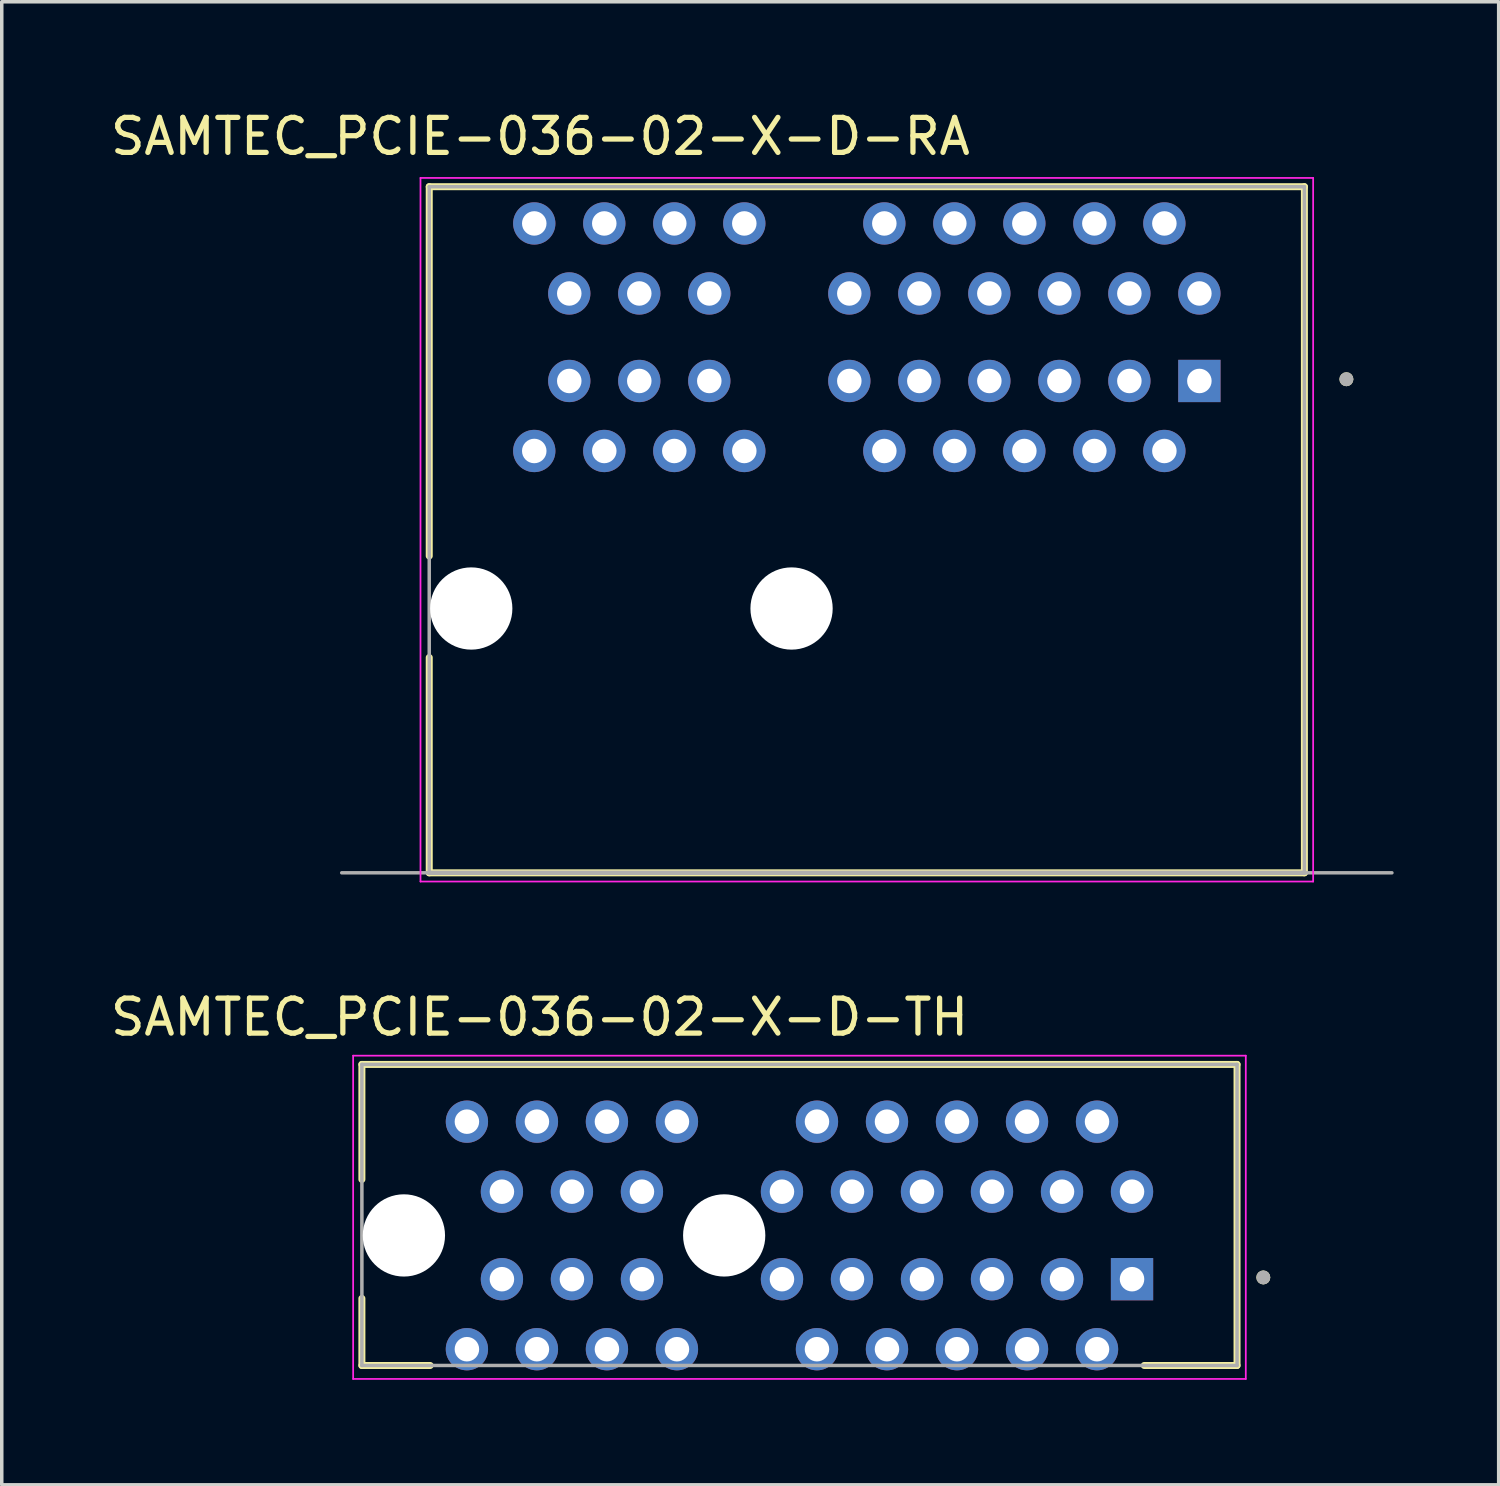
<source format=kicad_pcb>
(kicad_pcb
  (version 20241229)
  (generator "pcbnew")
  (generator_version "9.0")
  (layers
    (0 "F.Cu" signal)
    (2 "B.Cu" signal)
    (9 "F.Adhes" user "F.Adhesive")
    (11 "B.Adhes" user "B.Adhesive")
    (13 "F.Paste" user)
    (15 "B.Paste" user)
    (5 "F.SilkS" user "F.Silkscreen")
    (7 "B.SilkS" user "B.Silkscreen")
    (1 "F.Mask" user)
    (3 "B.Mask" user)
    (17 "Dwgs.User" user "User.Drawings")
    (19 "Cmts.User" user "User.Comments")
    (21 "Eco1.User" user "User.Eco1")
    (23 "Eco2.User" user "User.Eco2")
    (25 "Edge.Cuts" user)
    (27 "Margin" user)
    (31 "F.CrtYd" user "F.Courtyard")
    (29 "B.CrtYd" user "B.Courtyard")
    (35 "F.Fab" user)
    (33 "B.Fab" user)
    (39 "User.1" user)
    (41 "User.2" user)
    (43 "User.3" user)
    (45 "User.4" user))
  (footprint "SAMTEC_PCIE-036-02-X-D-RA"
    (layer "F.Cu")
    (at 21.712 12.083)
    (property "Reference" "SAMTEC_PCIE-036-02-X-D-RA" (at -9.325 -11.235 0) (layer "F.SilkS") (effects (font (size 1 1) (thickness 0.15))))
    (attr through_hole)
    (fp_line (start -12.5 -9.8) (end 12.5 -9.8) (stroke (width 0.2) (type solid)) (layer "F.SilkS"))
    (fp_line (start -12.5 0.75) (end -12.5 -9.8) (stroke (width 0.2) (type solid)) (layer "F.SilkS"))
    (fp_line (start -12.5 9.8) (end -12.5 3.65) (stroke (width 0.2) (type solid)) (layer "F.SilkS"))
    (fp_line (start 12.5 -9.8) (end 12.5 9.8) (stroke (width 0.2) (type solid)) (layer "F.SilkS"))
    (fp_line (start 12.5 9.8) (end -12.5 9.8) (stroke (width 0.2) (type solid)) (layer "F.SilkS"))
    (fp_circle (center 13.7 -4.3) (end 13.8 -4.3) (stroke (width 0.2) (type solid)) (fill no) (layer "F.SilkS"))
    (fp_line (start -12.75 -10.05) (end 12.75 -10.05) (stroke (width 0.05) (type solid)) (layer "F.CrtYd"))
    (fp_line (start -12.75 10.05) (end -12.75 -10.05) (stroke (width 0.05) (type solid)) (layer "F.CrtYd"))
    (fp_line (start 12.75 -10.05) (end 12.75 10.05) (stroke (width 0.05) (type solid)) (layer "F.CrtYd"))
    (fp_line (start 12.75 10.05) (end -12.75 10.05) (stroke (width 0.05) (type solid)) (layer "F.CrtYd"))
    (fp_line (start -15 9.8) (end 15 9.8) (stroke (width 0.1) (type solid)) (layer "F.Fab"))
    (fp_line (start -12.5 -9.8) (end 12.5 -9.8) (stroke (width 0.1) (type solid)) (layer "F.Fab"))
    (fp_line (start -12.5 9.8) (end -12.5 -9.8) (stroke (width 0.1) (type solid)) (layer "F.Fab"))
    (fp_line (start 12.5 -9.8) (end 12.5 9.8) (stroke (width 0.1) (type solid)) (layer "F.Fab"))
    (fp_line (start 12.5 9.8) (end -12.5 9.8) (stroke (width 0.127) (type solid)) (layer "F.Fab"))
    (fp_circle (center 13.7 -4.3) (end 13.8 -4.3) (stroke (width 0.2) (type solid)) (fill no) (layer "F.Fab"))
    (pad "" np_thru_hole circle (at -11.3 2.25) (size 2.35 2.35) (drill 2.35) (layers "*.Cu" "*.Mask"))
    (pad "" np_thru_hole circle (at -2.15 2.25) (size 2.35 2.35) (drill 2.35) (layers "*.Cu" "*.Mask"))
    (pad "A01" thru_hole rect (at 9.5 -4.25) (size 1.208 1.208) (drill 0.7) (layers "*.Cu" "*.Mask"))
    (pad "A02" thru_hole circle (at 8.5 -2.25) (size 1.208 1.208) (drill 0.7) (layers "*.Cu" "*.Mask"))
    (pad "A03" thru_hole circle (at 7.5 -4.25) (size 1.208 1.208) (drill 0.7) (layers "*.Cu" "*.Mask"))
    (pad "A04" thru_hole circle (at 6.5 -2.25) (size 1.208 1.208) (drill 0.7) (layers "*.Cu" "*.Mask"))
    (pad "A05" thru_hole circle (at 5.5 -4.25) (size 1.208 1.208) (drill 0.7) (layers "*.Cu" "*.Mask"))
    (pad "A06" thru_hole circle (at 4.5 -2.25) (size 1.208 1.208) (drill 0.7) (layers "*.Cu" "*.Mask"))
    (pad "A07" thru_hole circle (at 3.5 -4.25) (size 1.208 1.208) (drill 0.7) (layers "*.Cu" "*.Mask"))
    (pad "A08" thru_hole circle (at 2.5 -2.25) (size 1.208 1.208) (drill 0.7) (layers "*.Cu" "*.Mask"))
    (pad "A09" thru_hole circle (at 1.5 -4.25) (size 1.208 1.208) (drill 0.7) (layers "*.Cu" "*.Mask"))
    (pad "A10" thru_hole circle (at 0.5 -2.25) (size 1.208 1.208) (drill 0.7) (layers "*.Cu" "*.Mask"))
    (pad "A11" thru_hole circle (at -0.5 -4.25) (size 1.208 1.208) (drill 0.7) (layers "*.Cu" "*.Mask"))
    (pad "A12" thru_hole circle (at -3.5 -2.25) (size 1.208 1.208) (drill 0.7) (layers "*.Cu" "*.Mask"))
    (pad "A13" thru_hole circle (at -4.5 -4.25) (size 1.208 1.208) (drill 0.7) (layers "*.Cu" "*.Mask"))
    (pad "A14" thru_hole circle (at -5.5 -2.25) (size 1.208 1.208) (drill 0.7) (layers "*.Cu" "*.Mask"))
    (pad "A15" thru_hole circle (at -6.5 -4.25) (size 1.208 1.208) (drill 0.7) (layers "*.Cu" "*.Mask"))
    (pad "A16" thru_hole circle (at -7.5 -2.25) (size 1.208 1.208) (drill 0.7) (layers "*.Cu" "*.Mask"))
    (pad "A17" thru_hole circle (at -8.5 -4.25) (size 1.208 1.208) (drill 0.7) (layers "*.Cu" "*.Mask"))
    (pad "A18" thru_hole circle (at -9.5 -2.25) (size 1.208 1.208) (drill 0.7) (layers "*.Cu" "*.Mask"))
    (pad "B01" thru_hole circle (at 9.5 -6.75) (size 1.208 1.208) (drill 0.7) (layers "*.Cu" "*.Mask"))
    (pad "B02" thru_hole circle (at 8.5 -8.75) (size 1.208 1.208) (drill 0.7) (layers "*.Cu" "*.Mask"))
    (pad "B03" thru_hole circle (at 7.5 -6.75) (size 1.208 1.208) (drill 0.7) (layers "*.Cu" "*.Mask"))
    (pad "B04" thru_hole circle (at 6.5 -8.75) (size 1.208 1.208) (drill 0.7) (layers "*.Cu" "*.Mask"))
    (pad "B05" thru_hole circle (at 5.5 -6.75) (size 1.208 1.208) (drill 0.7) (layers "*.Cu" "*.Mask"))
    (pad "B06" thru_hole circle (at 4.5 -8.75) (size 1.208 1.208) (drill 0.7) (layers "*.Cu" "*.Mask"))
    (pad "B07" thru_hole circle (at 3.5 -6.75) (size 1.208 1.208) (drill 0.7) (layers "*.Cu" "*.Mask"))
    (pad "B08" thru_hole circle (at 2.5 -8.75) (size 1.208 1.208) (drill 0.7) (layers "*.Cu" "*.Mask"))
    (pad "B09" thru_hole circle (at 1.5 -6.75) (size 1.208 1.208) (drill 0.7) (layers "*.Cu" "*.Mask"))
    (pad "B10" thru_hole circle (at 0.5 -8.75) (size 1.208 1.208) (drill 0.7) (layers "*.Cu" "*.Mask"))
    (pad "B11" thru_hole circle (at -0.5 -6.75) (size 1.208 1.208) (drill 0.7) (layers "*.Cu" "*.Mask"))
    (pad "B12" thru_hole circle (at -3.5 -8.75) (size 1.208 1.208) (drill 0.7) (layers "*.Cu" "*.Mask"))
    (pad "B13" thru_hole circle (at -4.5 -6.75) (size 1.208 1.208) (drill 0.7) (layers "*.Cu" "*.Mask"))
    (pad "B14" thru_hole circle (at -5.5 -8.75) (size 1.208 1.208) (drill 0.7) (layers "*.Cu" "*.Mask"))
    (pad "B15" thru_hole circle (at -6.5 -6.75) (size 1.208 1.208) (drill 0.7) (layers "*.Cu" "*.Mask"))
    (pad "B16" thru_hole circle (at -7.5 -8.75) (size 1.208 1.208) (drill 0.7) (layers "*.Cu" "*.Mask"))
    (pad "B17" thru_hole circle (at -8.5 -6.75) (size 1.208 1.208) (drill 0.7) (layers "*.Cu" "*.Mask"))
    (pad "B18" thru_hole circle (at -9.5 -8.75) (size 1.208 1.208) (drill 0.7) (layers "*.Cu" "*.Mask")))
  (footprint "SAMTEC_PCIE-036-02-X-D-TH"
    (layer "F.Cu")
    (at 19.788 31.657)
    (property "Reference" "SAMTEC_PCIE-036-02-X-D-TH" (at -7.425 -5.65 0) (layer "F.SilkS") (effects (font (size 1 1) (thickness 0.15))))
    (attr through_hole)
    (fp_line (start -12.5 -4.3) (end 12.5 -4.3) (stroke (width 0.2) (type solid)) (layer "F.SilkS"))
    (fp_line (start -12.5 -1.015) (end -12.5 -4.3) (stroke (width 0.2) (type solid)) (layer "F.SilkS"))
    (fp_line (start -12.5 4.3) (end -12.5 2.385) (stroke (width 0.2) (type solid)) (layer "F.SilkS"))
    (fp_line (start -10.55 4.3) (end -12.5 4.3) (stroke (width 0.2) (type solid)) (layer "F.SilkS"))
    (fp_line (start 12.5 -4.3) (end 12.5 4.3) (stroke (width 0.2) (type solid)) (layer "F.SilkS"))
    (fp_line (start 12.5 4.3) (end 9.85 4.3) (stroke (width 0.2) (type solid)) (layer "F.SilkS"))
    (fp_circle (center 13.25 1.785) (end 13.35 1.785) (stroke (width 0.2) (type solid)) (fill no) (layer "F.SilkS"))
    (fp_line (start -12.75 -4.55) (end 12.75 -4.55) (stroke (width 0.05) (type solid)) (layer "F.CrtYd"))
    (fp_line (start -12.75 4.685) (end -12.75 -4.55) (stroke (width 0.05) (type solid)) (layer "F.CrtYd"))
    (fp_line (start 12.75 -4.55) (end 12.75 4.685) (stroke (width 0.05) (type solid)) (layer "F.CrtYd"))
    (fp_line (start 12.75 4.685) (end -12.75 4.685) (stroke (width 0.05) (type solid)) (layer "F.CrtYd"))
    (fp_line (start -12.5 -4.3) (end 12.5 -4.3) (stroke (width 0.1) (type solid)) (layer "F.Fab"))
    (fp_line (start -12.5 4.3) (end -12.5 -4.3) (stroke (width 0.1) (type solid)) (layer "F.Fab"))
    (fp_line (start 12.5 -4.3) (end 12.5 4.3) (stroke (width 0.1) (type solid)) (layer "F.Fab"))
    (fp_line (start 12.5 4.3) (end -12.5 4.3) (stroke (width 0.1) (type solid)) (layer "F.Fab"))
    (fp_circle (center 13.25 1.785) (end 13.35 1.785) (stroke (width 0.2) (type solid)) (fill no) (layer "F.Fab"))
    (pad "" np_thru_hole circle (at -11.3 0.585) (size 2.35 2.35) (drill 2.35) (layers "*.Cu" "*.Mask"))
    (pad "" np_thru_hole circle (at -2.15 0.585) (size 2.35 2.35) (drill 2.35) (layers "*.Cu" "*.Mask"))
    (pad "A1" thru_hole rect (at 9.5 1.835) (size 1.208 1.208) (drill 0.7) (layers "*.Cu" "*.Mask"))
    (pad "A2" thru_hole circle (at 8.5 3.835) (size 1.208 1.208) (drill 0.7) (layers "*.Cu" "*.Mask"))
    (pad "A3" thru_hole circle (at 7.5 1.835) (size 1.208 1.208) (drill 0.7) (layers "*.Cu" "*.Mask"))
    (pad "A4" thru_hole circle (at 6.5 3.835) (size 1.208 1.208) (drill 0.7) (layers "*.Cu" "*.Mask"))
    (pad "A5" thru_hole circle (at 5.5 1.835) (size 1.208 1.208) (drill 0.7) (layers "*.Cu" "*.Mask"))
    (pad "A6" thru_hole circle (at 4.5 3.835) (size 1.208 1.208) (drill 0.7) (layers "*.Cu" "*.Mask"))
    (pad "A7" thru_hole circle (at 3.5 1.835) (size 1.208 1.208) (drill 0.7) (layers "*.Cu" "*.Mask"))
    (pad "A8" thru_hole circle (at 2.5 3.835) (size 1.208 1.208) (drill 0.7) (layers "*.Cu" "*.Mask"))
    (pad "A9" thru_hole circle (at 1.5 1.835) (size 1.208 1.208) (drill 0.7) (layers "*.Cu" "*.Mask"))
    (pad "A10" thru_hole circle (at 0.5 3.835) (size 1.208 1.208) (drill 0.7) (layers "*.Cu" "*.Mask"))
    (pad "A11" thru_hole circle (at -0.5 1.835) (size 1.208 1.208) (drill 0.7) (layers "*.Cu" "*.Mask"))
    (pad "A12" thru_hole circle (at -3.5 3.835) (size 1.208 1.208) (drill 0.7) (layers "*.Cu" "*.Mask"))
    (pad "A13" thru_hole circle (at -4.5 1.835) (size 1.208 1.208) (drill 0.7) (layers "*.Cu" "*.Mask"))
    (pad "A14" thru_hole circle (at -5.5 3.835) (size 1.208 1.208) (drill 0.7) (layers "*.Cu" "*.Mask"))
    (pad "A15" thru_hole circle (at -6.5 1.835) (size 1.208 1.208) (drill 0.7) (layers "*.Cu" "*.Mask"))
    (pad "A16" thru_hole circle (at -7.5 3.835) (size 1.208 1.208) (drill 0.7) (layers "*.Cu" "*.Mask"))
    (pad "A17" thru_hole circle (at -8.5 1.835) (size 1.208 1.208) (drill 0.7) (layers "*.Cu" "*.Mask"))
    (pad "A18" thru_hole circle (at -9.5 3.835) (size 1.208 1.208) (drill 0.7) (layers "*.Cu" "*.Mask"))
    (pad "B1" thru_hole circle (at 9.5 -0.665) (size 1.208 1.208) (drill 0.7) (layers "*.Cu" "*.Mask"))
    (pad "B2" thru_hole circle (at 8.5 -2.665) (size 1.208 1.208) (drill 0.7) (layers "*.Cu" "*.Mask"))
    (pad "B3" thru_hole circle (at 7.5 -0.665) (size 1.208 1.208) (drill 0.7) (layers "*.Cu" "*.Mask"))
    (pad "B4" thru_hole circle (at 6.5 -2.665) (size 1.208 1.208) (drill 0.7) (layers "*.Cu" "*.Mask"))
    (pad "B5" thru_hole circle (at 5.5 -0.665) (size 1.208 1.208) (drill 0.7) (layers "*.Cu" "*.Mask"))
    (pad "B6" thru_hole circle (at 4.5 -2.665) (size 1.208 1.208) (drill 0.7) (layers "*.Cu" "*.Mask"))
    (pad "B7" thru_hole circle (at 3.5 -0.665) (size 1.208 1.208) (drill 0.7) (layers "*.Cu" "*.Mask"))
    (pad "B8" thru_hole circle (at 2.5 -2.665) (size 1.208 1.208) (drill 0.7) (layers "*.Cu" "*.Mask"))
    (pad "B9" thru_hole circle (at 1.5 -0.665) (size 1.208 1.208) (drill 0.7) (layers "*.Cu" "*.Mask"))
    (pad "B10" thru_hole circle (at 0.5 -2.665) (size 1.208 1.208) (drill 0.7) (layers "*.Cu" "*.Mask"))
    (pad "B11" thru_hole circle (at -0.5 -0.665) (size 1.208 1.208) (drill 0.7) (layers "*.Cu" "*.Mask"))
    (pad "B12" thru_hole circle (at -3.5 -2.665) (size 1.208 1.208) (drill 0.7) (layers "*.Cu" "*.Mask"))
    (pad "B13" thru_hole circle (at -4.5 -0.665) (size 1.208 1.208) (drill 0.7) (layers "*.Cu" "*.Mask"))
    (pad "B14" thru_hole circle (at -5.5 -2.665) (size 1.208 1.208) (drill 0.7) (layers "*.Cu" "*.Mask"))
    (pad "B15" thru_hole circle (at -6.5 -0.665) (size 1.208 1.208) (drill 0.7) (layers "*.Cu" "*.Mask"))
    (pad "B16" thru_hole circle (at -7.5 -2.665) (size 1.208 1.208) (drill 0.7) (layers "*.Cu" "*.Mask"))
    (pad "B17" thru_hole circle (at -8.5 -0.665) (size 1.208 1.208) (drill 0.7) (layers "*.Cu" "*.Mask"))
    (pad "B18" thru_hole circle (at -9.5 -2.665) (size 1.208 1.208) (drill 0.7) (layers "*.Cu" "*.Mask")))
  (gr_rect
    (start -3 -3)
    (end 39.762 39.367)
    (stroke (width 0.1) (type default))
    (fill no)
    (layer "Edge.Cuts")))
</source>
